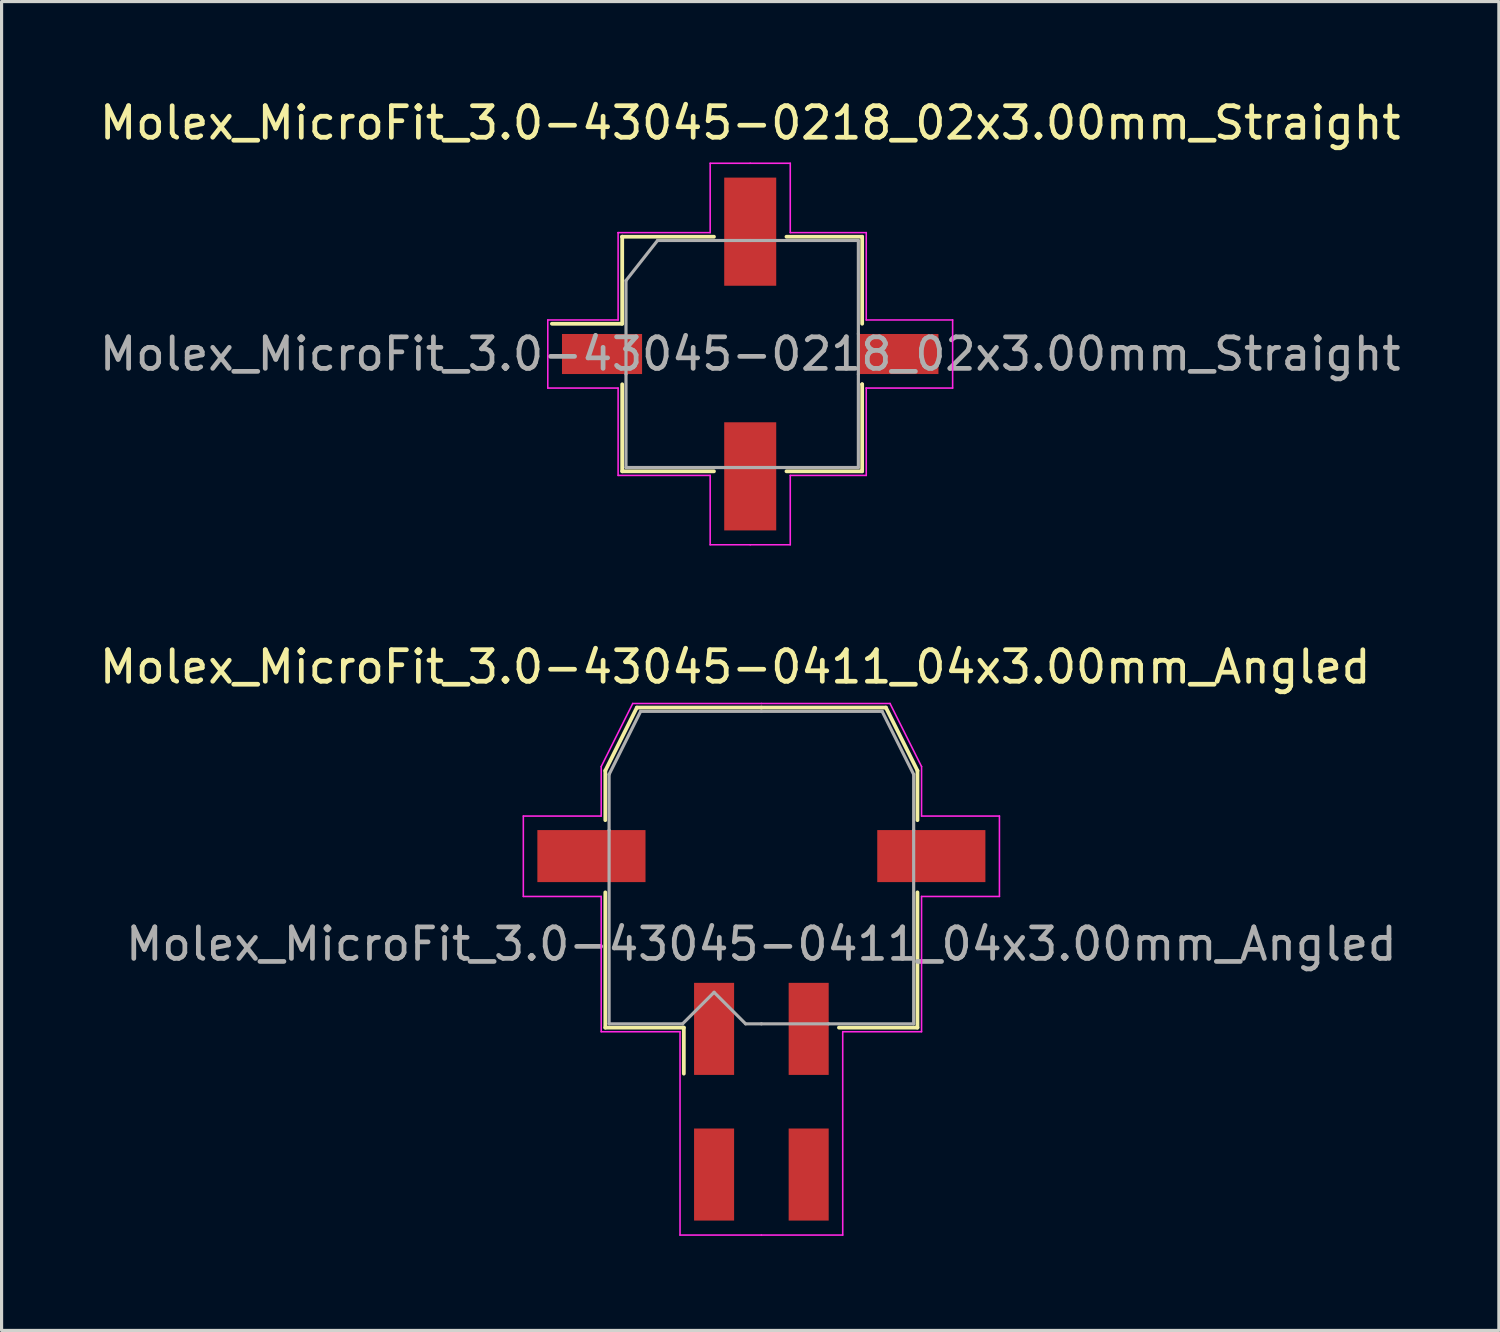
<source format=kicad_pcb>
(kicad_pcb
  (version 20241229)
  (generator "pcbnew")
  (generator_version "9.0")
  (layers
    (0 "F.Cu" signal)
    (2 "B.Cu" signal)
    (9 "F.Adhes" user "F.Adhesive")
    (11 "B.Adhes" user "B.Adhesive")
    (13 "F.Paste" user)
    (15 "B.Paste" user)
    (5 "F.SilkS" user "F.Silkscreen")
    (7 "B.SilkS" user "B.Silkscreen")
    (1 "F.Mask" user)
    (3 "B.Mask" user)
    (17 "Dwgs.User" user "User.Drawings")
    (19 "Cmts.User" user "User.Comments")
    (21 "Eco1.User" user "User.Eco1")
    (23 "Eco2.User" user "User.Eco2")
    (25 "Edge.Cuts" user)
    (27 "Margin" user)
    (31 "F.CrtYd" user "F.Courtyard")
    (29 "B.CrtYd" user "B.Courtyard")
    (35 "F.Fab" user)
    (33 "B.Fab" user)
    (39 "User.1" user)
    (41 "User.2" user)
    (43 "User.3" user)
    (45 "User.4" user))
  (footprint "Molex_MicroFit_3.0-43045-0218_02x3.00mm_Straight"
    (layer "F.Cu")
    (at 20.744 8.178)
    (property "Reference" "Molex_MicroFit_3.0-43045-0218_02x3.00mm_Straight" (at 0 -7.33 0) (layer "F.SilkS") (effects (font (size 1 1) (thickness 0.15))))
    (attr smd)
    (fp_line (start -6.29 -0.96) (end -4.06 -0.96) (stroke (width 0.12) (type solid)) (layer "F.SilkS"))
    (fp_line (start -4.06 -3.72) (end -4.06 -3.72) (stroke (width 0.12) (type solid)) (layer "F.SilkS"))
    (fp_line (start -4.06 -3.72) (end -1.15 -3.72) (stroke (width 0.12) (type solid)) (layer "F.SilkS"))
    (fp_line (start -4.06 -0.96) (end -4.06 -3.72) (stroke (width 0.12) (type solid)) (layer "F.SilkS"))
    (fp_line (start -4.06 3.72) (end -4.06 0.96) (stroke (width 0.12) (type solid)) (layer "F.SilkS"))
    (fp_line (start -1.15 3.72) (end -4.06 3.72) (stroke (width 0.12) (type solid)) (layer "F.SilkS"))
    (fp_line (start 1.15 -3.72) (end 3.55 -3.72) (stroke (width 0.12) (type solid)) (layer "F.SilkS"))
    (fp_line (start 3.55 -3.72) (end 3.55 -0.96) (stroke (width 0.12) (type solid)) (layer "F.SilkS"))
    (fp_line (start 3.55 0.96) (end 3.55 0.96) (stroke (width 0.12) (type solid)) (layer "F.SilkS"))
    (fp_line (start 3.55 0.96) (end 3.55 3.72) (stroke (width 0.12) (type solid)) (layer "F.SilkS"))
    (fp_line (start 3.55 3.72) (end 1.15 3.72) (stroke (width 0.12) (type solid)) (layer "F.SilkS"))
    (fp_line (start -6.42 -1.08) (end -4.19 -1.08) (stroke (width 0.05) (type solid)) (layer "F.CrtYd"))
    (fp_line (start -6.42 1.08) (end -6.42 -1.08) (stroke (width 0.05) (type solid)) (layer "F.CrtYd"))
    (fp_line (start -4.19 -3.85) (end -4.19 -3.85) (stroke (width 0.05) (type solid)) (layer "F.CrtYd"))
    (fp_line (start -4.19 -3.85) (end -1.27 -3.85) (stroke (width 0.05) (type solid)) (layer "F.CrtYd"))
    (fp_line (start -4.19 -1.08) (end -4.19 -3.85) (stroke (width 0.05) (type solid)) (layer "F.CrtYd"))
    (fp_line (start -4.19 1.08) (end -6.42 1.08) (stroke (width 0.05) (type solid)) (layer "F.CrtYd"))
    (fp_line (start -4.19 3.85) (end -4.19 1.08) (stroke (width 0.05) (type solid)) (layer "F.CrtYd"))
    (fp_line (start -1.27 -6.05) (end 0 -6.05) (stroke (width 0.05) (type solid)) (layer "F.CrtYd"))
    (fp_line (start -1.27 -3.85) (end -1.27 -6.05) (stroke (width 0.05) (type solid)) (layer "F.CrtYd"))
    (fp_line (start -1.27 3.85) (end -4.19 3.85) (stroke (width 0.05) (type solid)) (layer "F.CrtYd"))
    (fp_line (start -1.27 6.05) (end -1.27 3.85) (stroke (width 0.05) (type solid)) (layer "F.CrtYd"))
    (fp_line (start 0 -6.05) (end 1.27 -6.05) (stroke (width 0.05) (type solid)) (layer "F.CrtYd"))
    (fp_line (start 0 6.05) (end -1.27 6.05) (stroke (width 0.05) (type solid)) (layer "F.CrtYd"))
    (fp_line (start 1.27 -6.05) (end 1.27 -3.85) (stroke (width 0.05) (type solid)) (layer "F.CrtYd"))
    (fp_line (start 1.27 -3.85) (end 3.68 -3.85) (stroke (width 0.05) (type solid)) (layer "F.CrtYd"))
    (fp_line (start 1.27 3.85) (end 1.27 6.05) (stroke (width 0.05) (type solid)) (layer "F.CrtYd"))
    (fp_line (start 1.27 6.05) (end 0 6.05) (stroke (width 0.05) (type solid)) (layer "F.CrtYd"))
    (fp_line (start 3.68 -3.85) (end 3.68 -1.08) (stroke (width 0.05) (type solid)) (layer "F.CrtYd"))
    (fp_line (start 3.68 -1.08) (end 6.42 -1.08) (stroke (width 0.05) (type solid)) (layer "F.CrtYd"))
    (fp_line (start 3.68 1.08) (end 3.68 1.08) (stroke (width 0.05) (type solid)) (layer "F.CrtYd"))
    (fp_line (start 3.68 1.08) (end 3.68 3.85) (stroke (width 0.05) (type solid)) (layer "F.CrtYd"))
    (fp_line (start 3.68 3.85) (end 1.27 3.85) (stroke (width 0.05) (type solid)) (layer "F.CrtYd"))
    (fp_line (start 6.42 -1.08) (end 6.42 1.08) (stroke (width 0.05) (type solid)) (layer "F.CrtYd"))
    (fp_line (start 6.42 1.08) (end 3.68 1.08) (stroke (width 0.05) (type solid)) (layer "F.CrtYd"))
    (fp_line (start -3.94 -2.33) (end -2.94 -3.6) (stroke (width 0.1) (type solid)) (layer "F.Fab"))
    (fp_line (start -3.94 0.64) (end -3.94 -2.33) (stroke (width 0.1) (type solid)) (layer "F.Fab"))
    (fp_line (start -3.94 3.6) (end -3.94 0.64) (stroke (width 0.1) (type solid)) (layer "F.Fab"))
    (fp_line (start -2.94 -3.6) (end 0 -3.6) (stroke (width 0.1) (type solid)) (layer "F.Fab"))
    (fp_line (start -0.82 3.6) (end -3.94 3.6) (stroke (width 0.1) (type solid)) (layer "F.Fab"))
    (fp_line (start 0 -3.6) (end 3.43 -3.6) (stroke (width 0.1) (type solid)) (layer "F.Fab"))
    (fp_line (start 3.43 -3.6) (end 3.43 -0.64) (stroke (width 0.1) (type solid)) (layer "F.Fab"))
    (fp_line (start 3.43 -0.64) (end 3.43 0.64) (stroke (width 0.1) (type solid)) (layer "F.Fab"))
    (fp_line (start 3.43 0.64) (end 3.43 3.6) (stroke (width 0.1) (type solid)) (layer "F.Fab"))
    (fp_line (start 3.43 3.6) (end -0.82 3.6) (stroke (width 0.1) (type solid)) (layer "F.Fab"))
    (fp_text user "${REFERENCE}" (at 0 0 0) (layer "F.Fab") (effects (font (size 1 1) (thickness 0.15))))
    (pad "" smd rect (at 0 -3.88) (size 1.65 3.43) (layers "F.Cu" "F.Mask" "F.Paste"))
    (pad "" smd rect (at 0 3.88) (size 1.65 3.43) (layers "F.Cu" "F.Mask" "F.Paste"))
    (pad "1" smd rect (at -4.7 0) (size 2.54 1.27) (layers "F.Cu" "F.Mask" "F.Paste"))
    (pad "2" smd rect (at 4.7 0) (size 2.54 1.27) (layers "F.Cu" "F.Mask" "F.Paste")))
  (footprint "Molex_MicroFit_3.0-43045-0411_04x3.00mm_Angled"
    (layer "F.Cu")
    (at 21.098 31.892)
    (property "Reference" "Molex_MicroFit_3.0-43045-0411_04x3.00mm_Angled" (at -0.83 -13.79 0) (layer "F.SilkS") (effects (font (size 1 1) (thickness 0.15))))
    (attr smd)
    (fp_line (start -4.95 -10.5) (end -4.95 -8.93) (stroke (width 0.12) (type solid)) (layer "F.SilkS"))
    (fp_line (start -4.95 -6.64) (end -4.95 -2.35) (stroke (width 0.12) (type solid)) (layer "F.SilkS"))
    (fp_line (start -4.95 -2.35) (end -2.46 -2.35) (stroke (width 0.12) (type solid)) (layer "F.SilkS"))
    (fp_line (start -3.95 -12.5) (end -4.95 -10.5) (stroke (width 0.12) (type solid)) (layer "F.SilkS"))
    (fp_line (start -2.46 -2.35) (end -2.46 -0.89) (stroke (width 0.12) (type solid)) (layer "F.SilkS"))
    (fp_line (start 0 -12.5) (end -3.95 -12.5) (stroke (width 0.12) (type solid)) (layer "F.SilkS"))
    (fp_line (start 0 -12.5) (end 3.95 -12.5) (stroke (width 0.12) (type solid)) (layer "F.SilkS"))
    (fp_line (start 3.95 -12.5) (end 4.95 -10.5) (stroke (width 0.12) (type solid)) (layer "F.SilkS"))
    (fp_line (start 4.95 -10.5) (end 4.95 -8.93) (stroke (width 0.12) (type solid)) (layer "F.SilkS"))
    (fp_line (start 4.95 -6.64) (end 4.95 -2.35) (stroke (width 0.12) (type solid)) (layer "F.SilkS"))
    (fp_line (start 4.95 -2.35) (end 2.46 -2.35) (stroke (width 0.12) (type solid)) (layer "F.SilkS"))
    (fp_line (start -7.55 -9.06) (end -7.55 -6.51) (stroke (width 0.05) (type solid)) (layer "F.CrtYd"))
    (fp_line (start -7.55 -6.51) (end -5.08 -6.51) (stroke (width 0.05) (type solid)) (layer "F.CrtYd"))
    (fp_line (start -5.08 -10.63) (end -5.08 -9.06) (stroke (width 0.05) (type solid)) (layer "F.CrtYd"))
    (fp_line (start -5.08 -9.06) (end -7.55 -9.06) (stroke (width 0.05) (type solid)) (layer "F.CrtYd"))
    (fp_line (start -5.08 -6.51) (end -5.08 -2.22) (stroke (width 0.05) (type solid)) (layer "F.CrtYd"))
    (fp_line (start -5.08 -2.22) (end -2.58 -2.22) (stroke (width 0.05) (type solid)) (layer "F.CrtYd"))
    (fp_line (start -4.08 -12.63) (end -5.08 -10.63) (stroke (width 0.05) (type solid)) (layer "F.CrtYd"))
    (fp_line (start -2.58 -2.22) (end -2.58 4.23) (stroke (width 0.05) (type solid)) (layer "F.CrtYd"))
    (fp_line (start -2.58 4.23) (end 0 4.23) (stroke (width 0.05) (type solid)) (layer "F.CrtYd"))
    (fp_line (start 0 -12.63) (end -4.08 -12.63) (stroke (width 0.05) (type solid)) (layer "F.CrtYd"))
    (fp_line (start 0 -12.63) (end 4.08 -12.63) (stroke (width 0.05) (type solid)) (layer "F.CrtYd"))
    (fp_line (start 2.58 -2.22) (end 2.58 4.23) (stroke (width 0.05) (type solid)) (layer "F.CrtYd"))
    (fp_line (start 2.58 4.23) (end 0 4.23) (stroke (width 0.05) (type solid)) (layer "F.CrtYd"))
    (fp_line (start 4.08 -12.63) (end 5.08 -10.63) (stroke (width 0.05) (type solid)) (layer "F.CrtYd"))
    (fp_line (start 5.08 -10.63) (end 5.08 -9.06) (stroke (width 0.05) (type solid)) (layer "F.CrtYd"))
    (fp_line (start 5.08 -9.06) (end 7.55 -9.06) (stroke (width 0.05) (type solid)) (layer "F.CrtYd"))
    (fp_line (start 5.08 -6.51) (end 5.08 -2.22) (stroke (width 0.05) (type solid)) (layer "F.CrtYd"))
    (fp_line (start 5.08 -2.22) (end 2.58 -2.22) (stroke (width 0.05) (type solid)) (layer "F.CrtYd"))
    (fp_line (start 7.55 -9.06) (end 7.55 -6.51) (stroke (width 0.05) (type solid)) (layer "F.CrtYd"))
    (fp_line (start 7.55 -6.51) (end 5.08 -6.51) (stroke (width 0.05) (type solid)) (layer "F.CrtYd"))
    (fp_line (start -4.83 -10.38) (end -4.83 -8.61) (stroke (width 0.1) (type solid)) (layer "F.Fab"))
    (fp_line (start -4.83 -8.61) (end -4.83 -2.47) (stroke (width 0.1) (type solid)) (layer "F.Fab"))
    (fp_line (start -4.83 -2.47) (end -2.5 -2.47) (stroke (width 0.1) (type solid)) (layer "F.Fab"))
    (fp_line (start -3.83 -12.38) (end -4.83 -10.38) (stroke (width 0.1) (type solid)) (layer "F.Fab"))
    (fp_line (start -2.5 -2.47) (end -1.5 -3.47) (stroke (width 0.1) (type solid)) (layer "F.Fab"))
    (fp_line (start -1.5 -3.47) (end -0.5 -2.47) (stroke (width 0.1) (type solid)) (layer "F.Fab"))
    (fp_line (start -0.5 -2.47) (end 0 -2.47) (stroke (width 0.1) (type solid)) (layer "F.Fab"))
    (fp_line (start 0 -12.38) (end -3.83 -12.38) (stroke (width 0.1) (type solid)) (layer "F.Fab"))
    (fp_line (start 0 -12.38) (end 3.83 -12.38) (stroke (width 0.1) (type solid)) (layer "F.Fab"))
    (fp_line (start 2.13 -2.47) (end 0 -2.47) (stroke (width 0.1) (type solid)) (layer "F.Fab"))
    (fp_line (start 3.83 -12.38) (end 4.83 -10.38) (stroke (width 0.1) (type solid)) (layer "F.Fab"))
    (fp_line (start 4.83 -10.38) (end 4.83 -8.61) (stroke (width 0.1) (type solid)) (layer "F.Fab"))
    (fp_line (start 4.83 -8.61) (end 4.83 -2.47) (stroke (width 0.1) (type solid)) (layer "F.Fab"))
    (fp_line (start 4.83 -2.47) (end 2.13 -2.47) (stroke (width 0.1) (type solid)) (layer "F.Fab"))
    (fp_text user "${REFERENCE}" (at 0 -5 0) (layer "F.Fab") (effects (font (size 1 1) (thickness 0.15))))
    (pad "" smd rect (at -5.39 -7.79) (size 3.43 1.65) (layers "F.Cu" "F.Mask" "F.Paste"))
    (pad "" smd rect (at 5.39 -7.79) (size 3.43 1.65) (layers "F.Cu" "F.Mask" "F.Paste"))
    (pad "1" smd rect (at -1.5 -2.31) (size 1.27 2.92) (layers "F.Cu" "F.Mask" "F.Paste"))
    (pad "2" smd rect (at 1.5 -2.31) (size 1.27 2.92) (layers "F.Cu" "F.Mask" "F.Paste"))
    (pad "3" smd rect (at 1.5 2.31) (size 1.27 2.92) (layers "F.Cu" "F.Mask" "F.Paste"))
    (pad "4" smd rect (at -1.5 2.31) (size 1.27 2.92) (layers "F.Cu" "F.Mask" "F.Paste")))
  (gr_rect
    (start -3 -3)
    (end 44.488 39.147)
    (stroke (width 0.1) (type default))
    (fill no)
    (layer "Edge.Cuts")))
</source>
